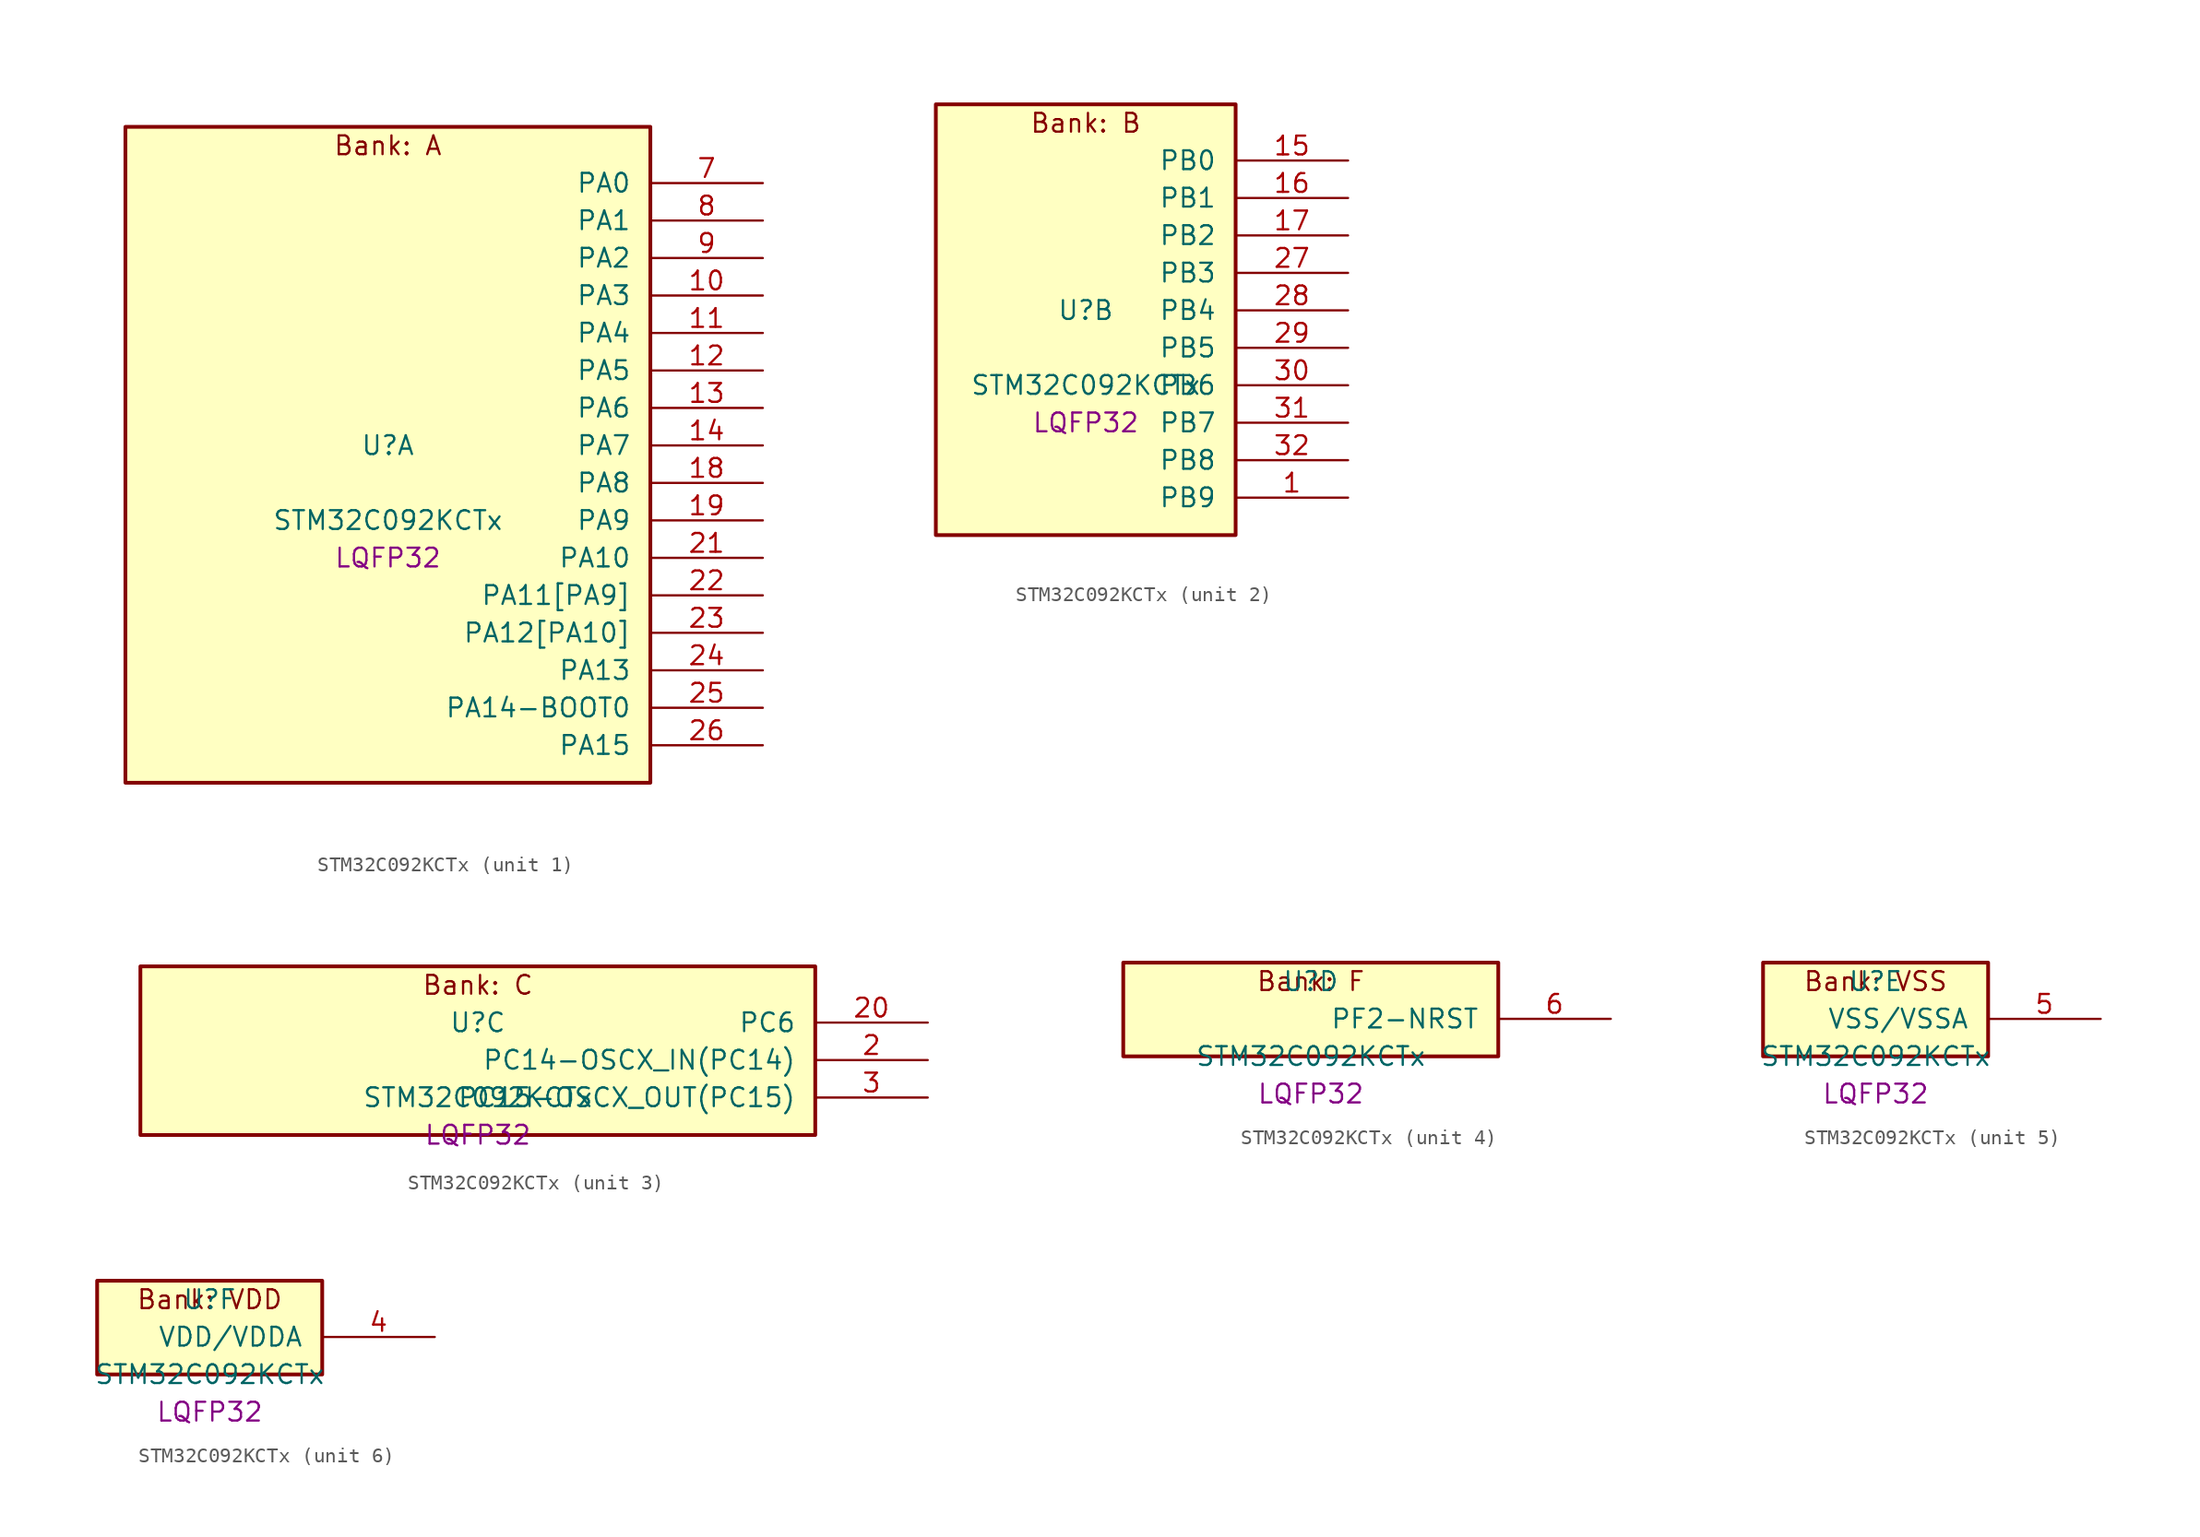
<source format=kicad_sym>
(kicad_symbol_lib
  (version 20241209)
  (generator "stm32_pkl_generator")
  (generator_version "1.0")
  (symbol "STM32C092KCTx"
    (pin_names
      (offset 1.27))
    (property "Reference" "U"
      (at 0 2.54 0))
    (property "Value" "STM32C092KCTx"
      (at 0 -2.54 0))
    (property "Footprint" "LQFP32"
      (at 0 -5.08 0))
    (symbol "STM32C092KCTx_1_1"
      (rectangle (start -17.78 24.13) (end 17.78 -20.32) (stroke (width 0.254) (type solid)) (fill (type background)))
      (text "Bank: A" (at 0 22.86 0))
      (pin bidirectional line (at 25.4 20.32 180) (length 7.62) (name "PA0") (number "7") (alternate "PA0/ADC1_IN0" bidirectional line) (alternate "PA0/PWR_WKUP1" bidirectional line) (alternate "PA0/SPI2_SCK" bidirectional line) (alternate "PA0/TIM16_CH1" bidirectional line) (alternate "PA0/TIM1_CH1" bidirectional line) (alternate "PA0/TIM2_CH1" bidirectional line) (alternate "PA0/TIM2_ETR" bidirectional line) (alternate "PA0/USART1_TX" bidirectional line) (alternate "PA0/USART2_CTS" bidirectional line) (alternate "PA0/USART2_NSS" bidirectional line) (alternate "PA0/USART4_TX" bidirectional line))
      (pin bidirectional line (at 25.4 17.78 180) (length 7.62) (name "PA1") (number "8") (alternate "PA1/ADC1_IN1" bidirectional line) (alternate "PA1/I2C1_SMBA" bidirectional line) (alternate "PA1/I2S1_CK" bidirectional line) (alternate "PA1/SPI1_SCK" bidirectional line) (alternate "PA1/TIM15_CH1N" bidirectional line) (alternate "PA1/TIM17_CH1" bidirectional line) (alternate "PA1/TIM1_CH2" bidirectional line) (alternate "PA1/TIM2_CH2" bidirectional line) (alternate "PA1/USART1_RX" bidirectional line) (alternate "PA1/USART2_CK" bidirectional line) (alternate "PA1/USART2_DE" bidirectional line) (alternate "PA1/USART2_RTS" bidirectional line) (alternate "PA1/USART4_RX" bidirectional line))
      (pin bidirectional line (at 25.4 15.24 180) (length 7.62) (name "PA2") (number "9") (alternate "PA2/ADC1_IN2" bidirectional line) (alternate "PA2/I2S1_SD" bidirectional line) (alternate "PA2/PWR_WKUP4" bidirectional line) (alternate "PA2/RCC_LSCO" bidirectional line) (alternate "PA2/SPI1_MOSI" bidirectional line) (alternate "PA2/TIM15_CH1" bidirectional line) (alternate "PA2/TIM16_CH1N" bidirectional line) (alternate "PA2/TIM1_CH3" bidirectional line) (alternate "PA2/TIM2_CH3" bidirectional line) (alternate "PA2/TIM3_ETR" bidirectional line) (alternate "PA2/USART2_TX" bidirectional line))
      (pin bidirectional line (at 25.4 12.7 180) (length 7.62) (name "PA3") (number "10") (alternate "PA3/ADC1_IN3" bidirectional line) (alternate "PA3/SPI2_MISO" bidirectional line) (alternate "PA3/TIM15_CH2" bidirectional line) (alternate "PA3/TIM1_CH1N" bidirectional line) (alternate "PA3/TIM1_CH4" bidirectional line) (alternate "PA3/TIM2_CH4" bidirectional line) (alternate "PA3/USART2_RX" bidirectional line))
      (pin bidirectional line (at 25.4 10.16 180) (length 7.62) (name "PA4") (number "11") (alternate "PA4/ADC1_IN4" bidirectional line) (alternate "PA4/I2S1_WS" bidirectional line) (alternate "PA4/PWR_WKUP2" bidirectional line) (alternate "PA4/RTC_OUT1" bidirectional line) (alternate "PA4/RTC_TS" bidirectional line) (alternate "PA4/SPI1_NSS" bidirectional line) (alternate "PA4/SPI2_MOSI" bidirectional line) (alternate "PA4/TIM14_CH1" bidirectional line) (alternate "PA4/TIM17_CH1N" bidirectional line) (alternate "PA4/TIM1_CH2N" bidirectional line) (alternate "PA4/USART2_TX" bidirectional line))
      (pin bidirectional line (at 25.4 7.62 180) (length 7.62) (name "PA5") (number "12") (alternate "PA5/ADC1_IN5" bidirectional line) (alternate "PA5/I2S1_CK" bidirectional line) (alternate "PA5/SPI1_SCK" bidirectional line) (alternate "PA5/TIM1_CH1" bidirectional line) (alternate "PA5/TIM1_CH3N" bidirectional line) (alternate "PA5/TIM2_CH1" bidirectional line) (alternate "PA5/TIM2_ETR" bidirectional line) (alternate "PA5/USART2_RX" bidirectional line) (alternate "PA5/USART3_TX" bidirectional line))
      (pin bidirectional line (at 25.4 5.08 180) (length 7.62) (name "PA6") (number "13") (alternate "PA6/ADC1_IN6" bidirectional line) (alternate "PA6/I2C2_SDA" bidirectional line) (alternate "PA6/I2S1_MCK" bidirectional line) (alternate "PA6/SPI1_MISO" bidirectional line) (alternate "PA6/TIM16_CH1" bidirectional line) (alternate "PA6/TIM1_BKIN" bidirectional line) (alternate "PA6/TIM3_CH1" bidirectional line) (alternate "PA6/USART3_CTS" bidirectional line) (alternate "PA6/USART3_NSS" bidirectional line))
      (pin bidirectional line (at 25.4 2.54 180) (length 7.62) (name "PA7") (number "14") (alternate "PA7/ADC1_IN7" bidirectional line) (alternate "PA7/I2C2_SCL" bidirectional line) (alternate "PA7/I2S1_SD" bidirectional line) (alternate "PA7/SPI1_MOSI" bidirectional line) (alternate "PA7/TIM14_CH1" bidirectional line) (alternate "PA7/TIM17_CH1" bidirectional line) (alternate "PA7/TIM1_CH1N" bidirectional line) (alternate "PA7/TIM3_CH2" bidirectional line))
      (pin bidirectional line (at 25.4 0 180) (length 7.62) (name "PA8") (number "18") (alternate "PA8/ADC1_IN8" bidirectional line) (alternate "PA8/I2S1_WS" bidirectional line) (alternate "PA8/RCC_MCO" bidirectional line) (alternate "PA8/RCC_MCO_2" bidirectional line) (alternate "PA8/SPI1_NSS" bidirectional line) (alternate "PA8/SPI2_MISO" bidirectional line) (alternate "PA8/SPI2_NSS" bidirectional line) (alternate "PA8/TIM14_CH1" bidirectional line) (alternate "PA8/TIM1_CH1" bidirectional line) (alternate "PA8/TIM1_CH2N" bidirectional line) (alternate "PA8/TIM1_CH3N" bidirectional line) (alternate "PA8/TIM3_CH3" bidirectional line) (alternate "PA8/TIM3_CH4" bidirectional line) (alternate "PA8/USART1_RX" bidirectional line) (alternate "PA8/USART2_TX" bidirectional line))
      (pin bidirectional line (at 25.4 -2.54 180) (length 7.62) (name "PA9") (number "19") (alternate "PA9/I2C1_SCL" bidirectional line) (alternate "PA9/I2C2_SCL" bidirectional line) (alternate "PA9/RCC_MCO" bidirectional line) (alternate "PA9/SPI2_MISO" bidirectional line) (alternate "PA9/TIM15_BKIN" bidirectional line) (alternate "PA9/TIM1_CH2" bidirectional line) (alternate "PA9/TIM3_ETR" bidirectional line) (alternate "PA9/USART1_TX" bidirectional line) (alternate "PA9/NC" bidirectional line))
      (pin bidirectional line (at 25.4 -5.08 180) (length 7.62) (name "PA10") (number "21") (alternate "PA10/I2C1_SDA" bidirectional line) (alternate "PA10/I2C2_SDA" bidirectional line) (alternate "PA10/RCC_MCO_2" bidirectional line) (alternate "PA10/SPI2_MOSI" bidirectional line) (alternate "PA10/TIM17_BKIN" bidirectional line) (alternate "PA10/TIM1_CH3" bidirectional line) (alternate "PA10/USART1_RX" bidirectional line) (alternate "PA10/NC" bidirectional line))
      (pin bidirectional line (at 25.4 -7.62 180) (length 7.62) (name "PA11[PA9]") (number "22") (alternate "PA11[PA9]/ADC1_EXTI11" bidirectional line) (alternate "PA11[PA9]/FDCAN1_RX" bidirectional line) (alternate "PA11[PA9]/I2C2_SCL" bidirectional line) (alternate "PA11[PA9]/I2S1_MCK" bidirectional line) (alternate "PA11[PA9]/SPI1_MISO" bidirectional line) (alternate "PA11[PA9]/TIM1_BKIN2" bidirectional line) (alternate "PA11[PA9]/TIM1_CH4" bidirectional line) (alternate "PA11[PA9]/USART1_CTS" bidirectional line) (alternate "PA11[PA9]/USART1_NSS" bidirectional line) (alternate "PA11[PA9]/PA9[PA11]" bidirectional line) (alternate "PA11[PA9]/I2C1_SCL" bidirectional line) (alternate "PA11[PA9]/RCC_MCO" bidirectional line) (alternate "PA11[PA9]/SPI2_MISO" bidirectional line) (alternate "PA11[PA9]/TIM15_BKIN" bidirectional line) (alternate "PA11[PA9]/TIM1_CH2" bidirectional line) (alternate "PA11[PA9]/TIM3_ETR" bidirectional line) (alternate "PA11[PA9]/USART1_TX" bidirectional line))
      (pin bidirectional line (at 25.4 -10.16 180) (length 7.62) (name "PA12[PA10]") (number "23") (alternate "PA12[PA10]/FDCAN1_TX" bidirectional line) (alternate "PA12[PA10]/I2C2_SDA" bidirectional line) (alternate "PA12[PA10]/I2S1_SD" bidirectional line) (alternate "PA12[PA10]/I2S_CKIN" bidirectional line) (alternate "PA12[PA10]/SPI1_MOSI" bidirectional line) (alternate "PA12[PA10]/TIM1_ETR" bidirectional line) (alternate "PA12[PA10]/USART1_CK" bidirectional line) (alternate "PA12[PA10]/USART1_DE" bidirectional line) (alternate "PA12[PA10]/USART1_RTS" bidirectional line) (alternate "PA12[PA10]/PA10[PA12]" bidirectional line) (alternate "PA12[PA10]/I2C1_SDA" bidirectional line) (alternate "PA12[PA10]/RCC_MCO_2" bidirectional line) (alternate "PA12[PA10]/SPI2_MOSI" bidirectional line) (alternate "PA12[PA10]/TIM17_BKIN" bidirectional line) (alternate "PA12[PA10]/TIM1_CH3" bidirectional line) (alternate "PA12[PA10]/USART1_RX" bidirectional line))
      (pin bidirectional line (at 25.4 -12.7 180) (length 7.62) (name "PA13") (number "24") (alternate "PA13/ADC1_IN13" bidirectional line) (alternate "PA13/DEBUG_SWDIO" bidirectional line) (alternate "PA13/IR_OUT" bidirectional line) (alternate "PA13/TIM3_ETR" bidirectional line) (alternate "PA13/USART2_RX" bidirectional line))
      (pin bidirectional line (at 25.4 -15.24 180) (length 7.62) (name "PA14-BOOT0") (number "25") (alternate "PA14-BOOT0/ADC1_IN14" bidirectional line) (alternate "PA14-BOOT0/BOOT0" bidirectional line) (alternate "PA14-BOOT0/DEBUG_SWCLK" bidirectional line) (alternate "PA14-BOOT0/I2S1_WS" bidirectional line) (alternate "PA14-BOOT0/RCC_MCO_2" bidirectional line) (alternate "PA14-BOOT0/SPI1_NSS" bidirectional line) (alternate "PA14-BOOT0/TIM1_CH1" bidirectional line) (alternate "PA14-BOOT0/USART1_CK" bidirectional line) (alternate "PA14-BOOT0/USART1_DE" bidirectional line) (alternate "PA14-BOOT0/USART1_RTS" bidirectional line) (alternate "PA14-BOOT0/USART2_RX" bidirectional line) (alternate "PA14-BOOT0/USART2_TX" bidirectional line))
      (pin bidirectional line (at 25.4 -17.78 180) (length 7.62) (name "PA15") (number "26") (alternate "PA15/I2S1_WS" bidirectional line) (alternate "PA15/RCC_MCO_2" bidirectional line) (alternate "PA15/SPI1_NSS" bidirectional line) (alternate "PA15/TIM1_CH1" bidirectional line) (alternate "PA15/TIM2_CH1" bidirectional line) (alternate "PA15/TIM2_ETR" bidirectional line) (alternate "PA15/USART1_CK" bidirectional line) (alternate "PA15/USART1_DE" bidirectional line) (alternate "PA15/USART1_RTS" bidirectional line) (alternate "PA15/USART2_RX" bidirectional line) (alternate "PA15/USART3_CK" bidirectional line) (alternate "PA15/USART3_DE" bidirectional line) (alternate "PA15/USART3_RTS" bidirectional line) (alternate "PA15/USART4_CK" bidirectional line) (alternate "PA15/USART4_DE" bidirectional line) (alternate "PA15/USART4_RTS" bidirectional line)))
    (symbol "STM32C092KCTx_2_1"
      (rectangle (start -10.16 16.51) (end 10.16 -12.7) (stroke (width 0.254) (type solid)) (fill (type background)))
      (text "Bank: B" (at 0 15.24 0))
      (pin bidirectional line (at 17.78 12.7 180) (length 7.62) (name "PB0") (number "15") (alternate "PB0/ADC1_IN17" bidirectional line) (alternate "PB0/FDCAN1_RX" bidirectional line) (alternate "PB0/I2S1_WS" bidirectional line) (alternate "PB0/SPI1_NSS" bidirectional line) (alternate "PB0/TIM1_CH2N" bidirectional line) (alternate "PB0/TIM3_CH3" bidirectional line) (alternate "PB0/USART3_RX" bidirectional line))
      (pin bidirectional line (at 17.78 10.16 180) (length 7.62) (name "PB1") (number "16") (alternate "PB1/ADC1_IN18" bidirectional line) (alternate "PB1/FDCAN1_TX" bidirectional line) (alternate "PB1/TIM14_CH1" bidirectional line) (alternate "PB1/TIM1_CH2N" bidirectional line) (alternate "PB1/TIM1_CH3N" bidirectional line) (alternate "PB1/TIM3_CH4" bidirectional line) (alternate "PB1/USART3_CK" bidirectional line) (alternate "PB1/USART3_DE" bidirectional line) (alternate "PB1/USART3_RTS" bidirectional line))
      (pin bidirectional line (at 17.78 7.62 180) (length 7.62) (name "PB2") (number "17") (alternate "PB2/ADC1_IN19" bidirectional line) (alternate "PB2/RCC_MCO_2" bidirectional line) (alternate "PB2/SPI2_MISO" bidirectional line) (alternate "PB2/USART1_RX" bidirectional line) (alternate "PB2/USART3_TX" bidirectional line))
      (pin bidirectional line (at 17.78 5.08 180) (length 7.62) (name "PB3") (number "27") (alternate "PB3/I2C2_SCL" bidirectional line) (alternate "PB3/I2S1_CK" bidirectional line) (alternate "PB3/SPI1_SCK" bidirectional line) (alternate "PB3/TIM1_CH2" bidirectional line) (alternate "PB3/TIM2_CH2" bidirectional line) (alternate "PB3/TIM3_CH2" bidirectional line) (alternate "PB3/USART1_CK" bidirectional line) (alternate "PB3/USART1_DE" bidirectional line) (alternate "PB3/USART1_RTS" bidirectional line))
      (pin bidirectional line (at 17.78 2.54 180) (length 7.62) (name "PB4") (number "28") (alternate "PB4/I2C2_SDA" bidirectional line) (alternate "PB4/I2S1_MCK" bidirectional line) (alternate "PB4/SPI1_MISO" bidirectional line) (alternate "PB4/TIM17_BKIN" bidirectional line) (alternate "PB4/TIM3_CH1" bidirectional line) (alternate "PB4/USART1_CTS" bidirectional line) (alternate "PB4/USART1_NSS" bidirectional line))
      (pin bidirectional line (at 17.78 0 180) (length 7.62) (name "PB5") (number "29") (alternate "PB5/FDCAN1_RX" bidirectional line) (alternate "PB5/I2C1_SMBA" bidirectional line) (alternate "PB5/I2S1_SD" bidirectional line) (alternate "PB5/PWR_WKUP6" bidirectional line) (alternate "PB5/SPI1_MOSI" bidirectional line) (alternate "PB5/TIM16_BKIN" bidirectional line) (alternate "PB5/TIM3_CH2" bidirectional line) (alternate "PB5/TIM3_CH3" bidirectional line))
      (pin bidirectional line (at 17.78 -2.54 180) (length 7.62) (name "PB6") (number "30") (alternate "PB6/FDCAN1_TX" bidirectional line) (alternate "PB6/I2C1_SCL" bidirectional line) (alternate "PB6/I2C1_SMBA" bidirectional line) (alternate "PB6/I2S1_CK" bidirectional line) (alternate "PB6/I2S1_MCK" bidirectional line) (alternate "PB6/I2S1_SD" bidirectional line) (alternate "PB6/PWR_WKUP3" bidirectional line) (alternate "PB6/SPI1_MISO" bidirectional line) (alternate "PB6/SPI1_MOSI" bidirectional line) (alternate "PB6/SPI1_SCK" bidirectional line) (alternate "PB6/SPI2_MISO" bidirectional line) (alternate "PB6/TIM16_BKIN" bidirectional line) (alternate "PB6/TIM16_CH1N" bidirectional line) (alternate "PB6/TIM1_CH2" bidirectional line) (alternate "PB6/TIM1_CH3" bidirectional line) (alternate "PB6/TIM3_CH1" bidirectional line) (alternate "PB6/TIM3_CH2" bidirectional line) (alternate "PB6/TIM3_CH3" bidirectional line) (alternate "PB6/USART1_CTS" bidirectional line) (alternate "PB6/USART1_NSS" bidirectional line) (alternate "PB6/USART1_TX" bidirectional line))
      (pin bidirectional line (at 17.78 -5.08 180) (length 7.62) (name "PB7") (number "31") (alternate "PB7/I2C1_SCL" bidirectional line) (alternate "PB7/I2C1_SDA" bidirectional line) (alternate "PB7/RTC_REFIN" bidirectional line) (alternate "PB7/SPI2_MOSI" bidirectional line) (alternate "PB7/TIM16_CH1" bidirectional line) (alternate "PB7/TIM17_CH1N" bidirectional line) (alternate "PB7/TIM1_CH4" bidirectional line) (alternate "PB7/TIM3_CH1" bidirectional line) (alternate "PB7/TIM3_CH4" bidirectional line) (alternate "PB7/USART1_RX" bidirectional line) (alternate "PB7/USART2_CTS" bidirectional line) (alternate "PB7/USART2_NSS" bidirectional line) (alternate "PB7/USART4_CTS" bidirectional line) (alternate "PB7/USART4_NSS" bidirectional line))
      (pin bidirectional line (at 17.78 -7.62 180) (length 7.62) (name "PB8") (number "32") (alternate "PB8/FDCAN1_RX" bidirectional line) (alternate "PB8/I2C1_SCL" bidirectional line) (alternate "PB8/SPI2_SCK" bidirectional line) (alternate "PB8/TIM15_BKIN" bidirectional line) (alternate "PB8/TIM16_CH1" bidirectional line) (alternate "PB8/TIM3_CH1" bidirectional line) (alternate "PB8/USART2_CTS" bidirectional line) (alternate "PB8/USART2_NSS" bidirectional line) (alternate "PB8/USART3_TX" bidirectional line))
      (pin bidirectional line (at 17.78 -10.16 180) (length 7.62) (name "PB9") (number "1") (alternate "PB9/FDCAN1_TX" bidirectional line) (alternate "PB9/I2C1_SDA" bidirectional line) (alternate "PB9/IR_OUT" bidirectional line) (alternate "PB9/SPI2_NSS" bidirectional line) (alternate "PB9/TIM17_CH1" bidirectional line) (alternate "PB9/TIM3_CH2" bidirectional line) (alternate "PB9/USART2_CK" bidirectional line) (alternate "PB9/USART2_DE" bidirectional line) (alternate "PB9/USART2_RTS" bidirectional line) (alternate "PB9/USART3_RX" bidirectional line)))
    (symbol "STM32C092KCTx_3_1"
      (rectangle (start -22.86 6.35) (end 22.86 -5.08) (stroke (width 0.254) (type solid)) (fill (type background)))
      (text "Bank: C" (at 0 5.08 0))
      (pin bidirectional line (at 30.48 2.54 180) (length 7.62) (name "PC6") (number "20") (alternate "PC6/TIM2_CH3" bidirectional line) (alternate "PC6/TIM3_CH1" bidirectional line))
      (pin bidirectional line (at 30.48 0 180) (length 7.62) (name "PC14-OSCX_IN(PC14)") (number "2") (alternate "PC14-OSCX_IN(PC14)/FDCAN1_TX" bidirectional line) (alternate "PC14-OSCX_IN(PC14)/I2C1_SDA" bidirectional line) (alternate "PC14-OSCX_IN(PC14)/IR_OUT" bidirectional line) (alternate "PC14-OSCX_IN(PC14)/RCC_OSCX_IN" bidirectional line) (alternate "PC14-OSCX_IN(PC14)/SPI2_NSS" bidirectional line) (alternate "PC14-OSCX_IN(PC14)/TIM17_CH1" bidirectional line) (alternate "PC14-OSCX_IN(PC14)/TIM1_BKIN2" bidirectional line) (alternate "PC14-OSCX_IN(PC14)/TIM1_ETR" bidirectional line) (alternate "PC14-OSCX_IN(PC14)/TIM3_CH2" bidirectional line) (alternate "PC14-OSCX_IN(PC14)/USART1_TX" bidirectional line) (alternate "PC14-OSCX_IN(PC14)/USART2_CK" bidirectional line) (alternate "PC14-OSCX_IN(PC14)/USART2_DE" bidirectional line) (alternate "PC14-OSCX_IN(PC14)/USART2_RTS" bidirectional line) (alternate "PC14-OSCX_IN(PC14)/USART3_TX" bidirectional line))
      (pin bidirectional line (at 30.48 -2.54 180) (length 7.62) (name "PC15-OSCX_OUT(PC15)") (number "3") (alternate "PC15-OSCX_OUT(PC15)/RCC_OSC32_EN" bidirectional line) (alternate "PC15-OSCX_OUT(PC15)/RCC_OSCX_OUT" bidirectional line) (alternate "PC15-OSCX_OUT(PC15)/RCC_OSC_EN" bidirectional line) (alternate "PC15-OSCX_OUT(PC15)/TIM15_BKIN" bidirectional line) (alternate "PC15-OSCX_OUT(PC15)/TIM1_ETR" bidirectional line) (alternate "PC15-OSCX_OUT(PC15)/TIM3_CH3" bidirectional line)))
    (symbol "STM32C092KCTx_4_1"
      (rectangle (start -12.7 3.81) (end 12.7 -2.54) (stroke (width 0.254) (type solid)) (fill (type background)))
      (text "Bank: F" (at 0 2.54 0))
      (pin bidirectional line (at 20.32 0 180) (length 7.62) (name "PF2-NRST") (number "6") (alternate "PF2-NRST/RCC_MCO" bidirectional line) (alternate "PF2-NRST/TIM1_CH4" bidirectional line)))
    (symbol "STM32C092KCTx_5_1"
      (rectangle (start -7.62 3.81) (end 7.62 -2.54) (stroke (width 0.254) (type solid)) (fill (type background)))
      (text "Bank: VSS" (at 0 2.54 0))
      (pin power_in line (at 15.24 0 180) (length 7.62) (name "VSS/VSSA") (number "5")))
    (symbol "STM32C092KCTx_6_1"
      (rectangle (start -7.62 3.81) (end 7.62 -2.54) (stroke (width 0.254) (type solid)) (fill (type background)))
      (text "Bank: VDD" (at 0 2.54 0))
      (pin power_in line (at 15.24 0 180) (length 7.62) (name "VDD/VDDA") (number "4")))))
</source>
